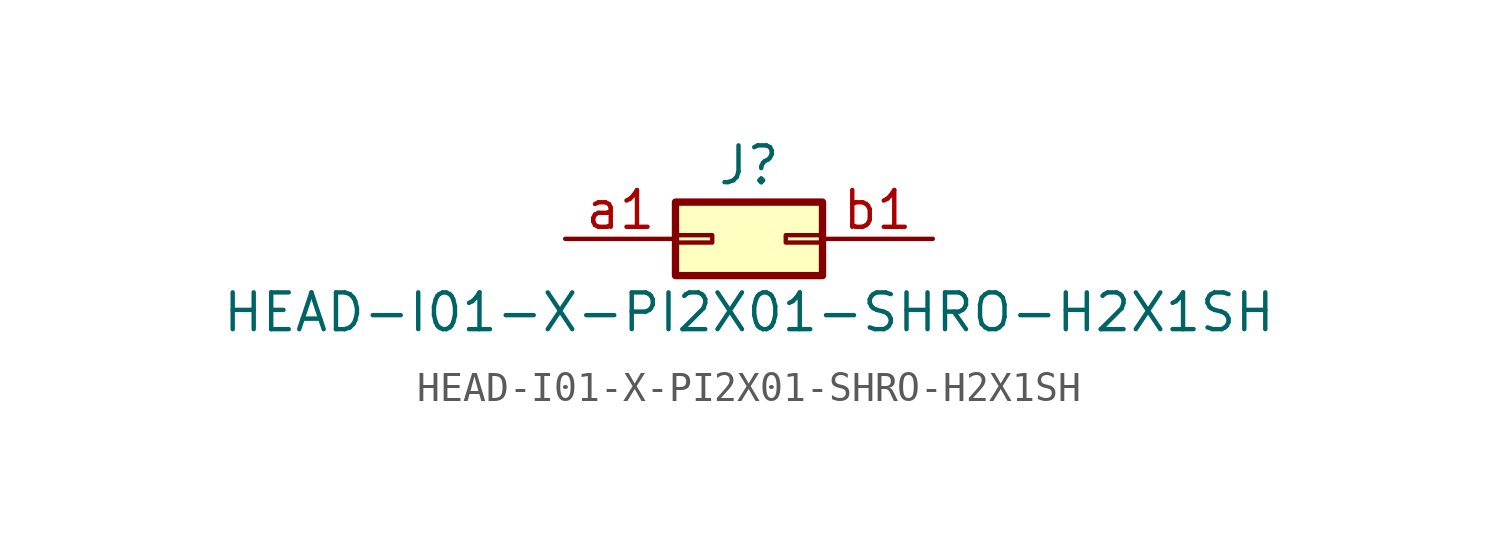
<source format=kicad_sym>
(kicad_symbol_lib
  (version 20211014)
  (generator kicad_symbol_editor)
  (symbol "HEAD-I01-X-PI2X01-SHRO-H2X1SH"
    (pin_names
      (offset 1.016) hide)
    (property "Reference" "J"
      (at 1.27 2.54 0)
      (effects (font (size 1.27 1.27))))
    (property "Value" "HEAD-I01-X-PI2X01-SHRO-H2X1SH"
      (at 1.27 -2.54 0)
      (effects (font (size 1.27 1.27))))
    (symbol "HEAD-I01-X-PI2X01-SHRO-H2X1SH_1_1"
      (rectangle (start -1.27 0.127) (end 0 -0.127) (stroke (width 0.152) (type default) (color 0 0 0 0)) (fill (type none)))
      (rectangle (start -1.27 1.27) (end 3.81 -1.27) (stroke (width 0.254) (type default) (color 0 0 0 0)) (fill (type background)))
      (rectangle (start 3.81 0.127) (end 2.54 -0.127) (stroke (width 0.152) (type default) (color 0 0 0 0)) (fill (type none)))
      (pin passive line (at -5.08 0 0) (length 3.81) (name "Pin_a1" (effects (font (size 1.27 1.27)))) (number "a1" (effects (font (size 1.27 1.27)))))
      (pin passive line (at 7.62 0 180) (length 3.81) (name "Pin_b1" (effects (font (size 1.27 1.27)))) (number "b1" (effects (font (size 1.27 1.27))))))))
</source>
